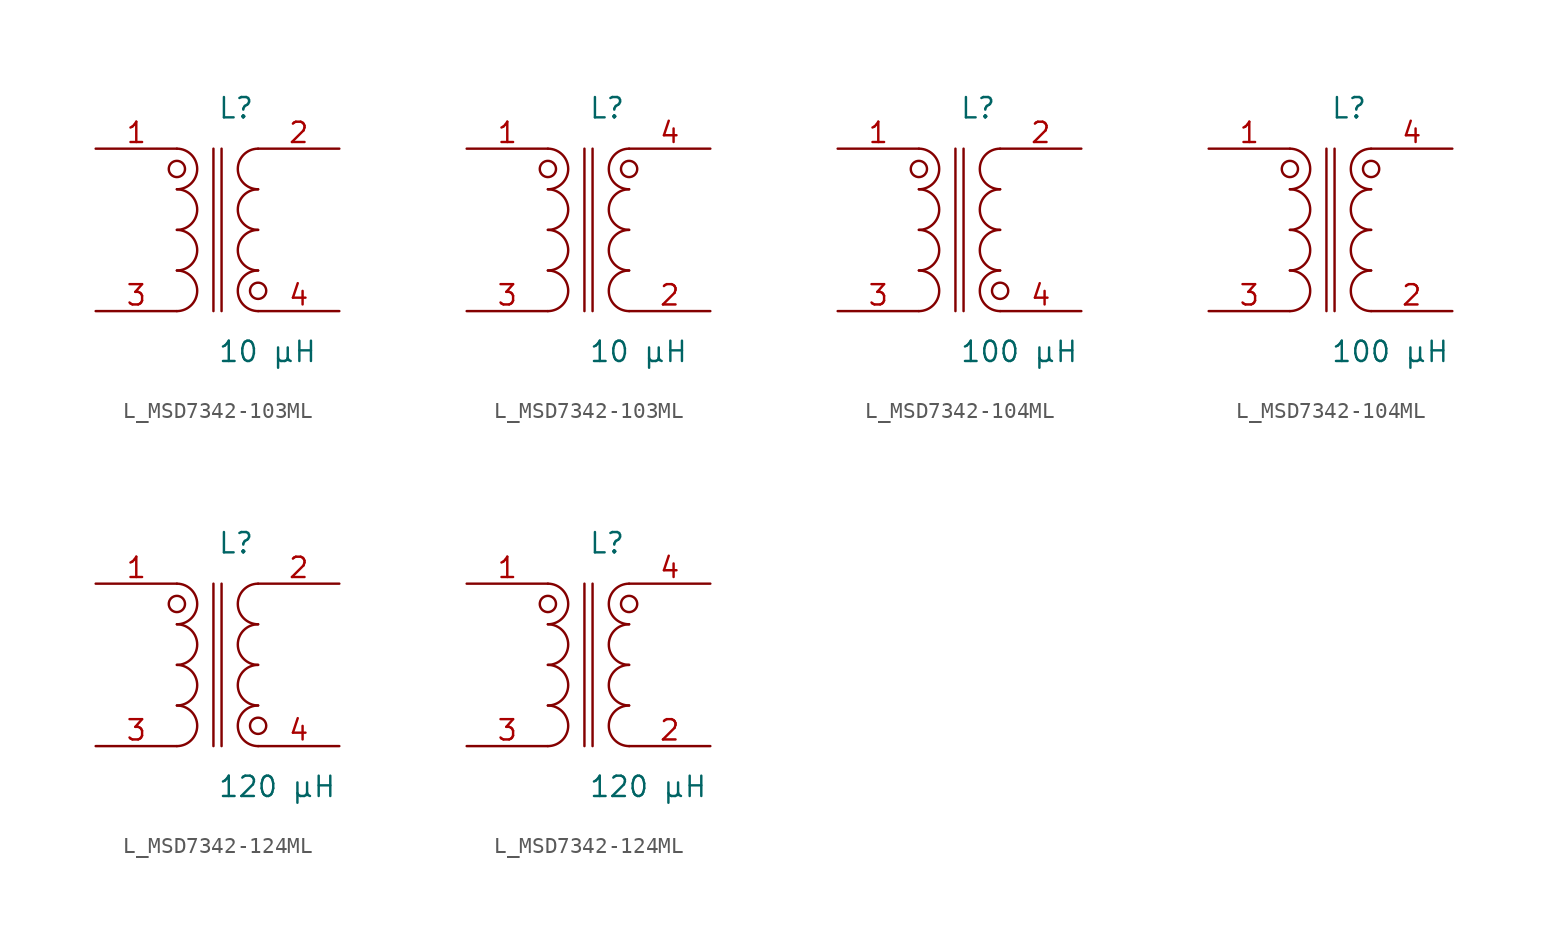
<source format=kicad_sym>
(kicad_symbol_lib
  (version 20231120)
  (generator kicad_symbol_editor)
  (generator_version 8.0)
  (symbol "L_MSD7342-103ML"
    (pin_names
      (offset 0.254))
    (property "Reference" "L"
      (at 0 7.62 0)
      (effects (font (size 1.27 1.27)) (justify left)))
    (property "Value" "10 µH"
      (at 0 -7.62 0)
      (effects (font (size 1.27 1.27)) (justify left)))
    (symbol "L_MSD7342-103ML_1_1"
      (arc (start -2.54 -5.08) (mid -1.27 -3.81) (end -2.54 -2.54) (stroke (width 0) (type default)) (fill (type none)))
      (arc (start -2.54 -2.54) (mid -1.27 -1.27) (end -2.54 0.0) (stroke (width 0) (type default)) (fill (type none)))
      (arc (start -2.54 0.0) (mid -1.27 1.27) (end -2.54 2.54) (stroke (width 0) (type default)) (fill (type none)))
      (arc (start -2.54 2.54) (mid -1.27 3.81) (end -2.54 5.08) (stroke (width 0) (type default)) (fill (type none)))
      (arc (start 2.54 -5.08) (mid 1.27 -3.81) (end 2.54 -2.54) (stroke (width 0) (type default)) (fill (type none)))
      (arc (start 2.54 -2.54) (mid 1.27 -1.27) (end 2.54 0.0) (stroke (width 0) (type default)) (fill (type none)))
      (arc (start 2.54 0.0) (mid 1.27 1.27) (end 2.54 2.54) (stroke (width 0) (type default)) (fill (type none)))
      (arc (start 2.54 2.54) (mid 1.27 3.81) (end 2.54 5.08) (stroke (width 0) (type default)) (fill (type none)))
      (circle (center -2.54 3.81) (radius 0.508) (stroke (width 0) (type default)) (fill (type none)))
      (circle (center 2.54 -3.81) (radius 0.508) (stroke (width 0) (type default)) (fill (type none)))
      (polyline (pts (xy -0.254 5.08) (xy -0.254 -5.08)) (stroke (width 0) (type default)) (fill (type none)))
      (polyline (pts (xy 0.254 5.08) (xy 0.254 -5.08)) (stroke (width 0) (type default)) (fill (type none)))
      (pin passive line (at -7.62 5.08 0) (length 5.08) (name "" (effects (font (size 1.27 1.27)))) (number "1" (effects (font (size 1.27 1.27)))))
      (pin passive line (at -7.62 -5.08 0) (length 5.08) (name "" (effects (font (size 1.27 1.27)))) (number "3" (effects (font (size 1.27 1.27)))))
      (pin passive line (at 7.62 5.08 180) (length 5.08) (name "" (effects (font (size 1.27 1.27)))) (number "2" (effects (font (size 1.27 1.27)))))
      (pin passive line (at 7.62 -5.08 180) (length 5.08) (name "" (effects (font (size 1.27 1.27)))) (number "4" (effects (font (size 1.27 1.27))))))
    (symbol "L_MSD7342-103ML_1_2"
      (arc (start -2.54 -5.08) (mid -1.27 -3.81) (end -2.54 -2.54) (stroke (width 0) (type default)) (fill (type none)))
      (arc (start -2.54 -2.54) (mid -1.27 -1.27) (end -2.54 0.0) (stroke (width 0) (type default)) (fill (type none)))
      (arc (start -2.54 0.0) (mid -1.27 1.27) (end -2.54 2.54) (stroke (width 0) (type default)) (fill (type none)))
      (arc (start -2.54 2.54) (mid -1.27 3.81) (end -2.54 5.08) (stroke (width 0) (type default)) (fill (type none)))
      (arc (start 2.54 -5.08) (mid 1.27 -3.81) (end 2.54 -2.54) (stroke (width 0) (type default)) (fill (type none)))
      (arc (start 2.54 -2.54) (mid 1.27 -1.27) (end 2.54 0.0) (stroke (width 0) (type default)) (fill (type none)))
      (arc (start 2.54 0.0) (mid 1.27 1.27) (end 2.54 2.54) (stroke (width 0) (type default)) (fill (type none)))
      (arc (start 2.54 2.54) (mid 1.27 3.81) (end 2.54 5.08) (stroke (width 0) (type default)) (fill (type none)))
      (circle (center -2.54 3.81) (radius 0.508) (stroke (width 0) (type default)) (fill (type none)))
      (circle (center 2.54 3.81) (radius 0.508) (stroke (width 0) (type default)) (fill (type none)))
      (polyline (pts (xy -0.254 5.08) (xy -0.254 -5.08)) (stroke (width 0) (type default)) (fill (type none)))
      (polyline (pts (xy 0.254 5.08) (xy 0.254 -5.08)) (stroke (width 0) (type default)) (fill (type none)))
      (pin passive line (at -7.62 5.08 0) (length 5.08) (name "" (effects (font (size 1.27 1.27)))) (number "1" (effects (font (size 1.27 1.27)))))
      (pin passive line (at -7.62 -5.08 0) (length 5.08) (name "" (effects (font (size 1.27 1.27)))) (number "3" (effects (font (size 1.27 1.27)))))
      (pin passive line (at 7.62 -5.08 180) (length 5.08) (name "" (effects (font (size 1.27 1.27)))) (number "2" (effects (font (size 1.27 1.27)))))
      (pin passive line (at 7.62 5.08 180) (length 5.08) (name "" (effects (font (size 1.27 1.27)))) (number "4" (effects (font (size 1.27 1.27)))))))
  (symbol "L_MSD7342-104ML"
    (pin_names
      (offset 0.254))
    (property "Reference" "L"
      (at 0 7.62 0)
      (effects (font (size 1.27 1.27)) (justify left)))
    (property "Value" "100 µH"
      (at 0 -7.62 0)
      (effects (font (size 1.27 1.27)) (justify left)))
    (symbol "L_MSD7342-104ML_1_1"
      (arc (start -2.54 -5.08) (mid -1.27 -3.81) (end -2.54 -2.54) (stroke (width 0) (type default)) (fill (type none)))
      (arc (start -2.54 -2.54) (mid -1.27 -1.27) (end -2.54 0.0) (stroke (width 0) (type default)) (fill (type none)))
      (arc (start -2.54 0.0) (mid -1.27 1.27) (end -2.54 2.54) (stroke (width 0) (type default)) (fill (type none)))
      (arc (start -2.54 2.54) (mid -1.27 3.81) (end -2.54 5.08) (stroke (width 0) (type default)) (fill (type none)))
      (arc (start 2.54 -5.08) (mid 1.27 -3.81) (end 2.54 -2.54) (stroke (width 0) (type default)) (fill (type none)))
      (arc (start 2.54 -2.54) (mid 1.27 -1.27) (end 2.54 0.0) (stroke (width 0) (type default)) (fill (type none)))
      (arc (start 2.54 0.0) (mid 1.27 1.27) (end 2.54 2.54) (stroke (width 0) (type default)) (fill (type none)))
      (arc (start 2.54 2.54) (mid 1.27 3.81) (end 2.54 5.08) (stroke (width 0) (type default)) (fill (type none)))
      (circle (center -2.54 3.81) (radius 0.508) (stroke (width 0) (type default)) (fill (type none)))
      (circle (center 2.54 -3.81) (radius 0.508) (stroke (width 0) (type default)) (fill (type none)))
      (polyline (pts (xy -0.254 5.08) (xy -0.254 -5.08)) (stroke (width 0) (type default)) (fill (type none)))
      (polyline (pts (xy 0.254 5.08) (xy 0.254 -5.08)) (stroke (width 0) (type default)) (fill (type none)))
      (pin passive line (at -7.62 5.08 0) (length 5.08) (name "" (effects (font (size 1.27 1.27)))) (number "1" (effects (font (size 1.27 1.27)))))
      (pin passive line (at -7.62 -5.08 0) (length 5.08) (name "" (effects (font (size 1.27 1.27)))) (number "3" (effects (font (size 1.27 1.27)))))
      (pin passive line (at 7.62 5.08 180) (length 5.08) (name "" (effects (font (size 1.27 1.27)))) (number "2" (effects (font (size 1.27 1.27)))))
      (pin passive line (at 7.62 -5.08 180) (length 5.08) (name "" (effects (font (size 1.27 1.27)))) (number "4" (effects (font (size 1.27 1.27))))))
    (symbol "L_MSD7342-104ML_1_2"
      (arc (start -2.54 -5.08) (mid -1.27 -3.81) (end -2.54 -2.54) (stroke (width 0) (type default)) (fill (type none)))
      (arc (start -2.54 -2.54) (mid -1.27 -1.27) (end -2.54 0.0) (stroke (width 0) (type default)) (fill (type none)))
      (arc (start -2.54 0.0) (mid -1.27 1.27) (end -2.54 2.54) (stroke (width 0) (type default)) (fill (type none)))
      (arc (start -2.54 2.54) (mid -1.27 3.81) (end -2.54 5.08) (stroke (width 0) (type default)) (fill (type none)))
      (arc (start 2.54 -5.08) (mid 1.27 -3.81) (end 2.54 -2.54) (stroke (width 0) (type default)) (fill (type none)))
      (arc (start 2.54 -2.54) (mid 1.27 -1.27) (end 2.54 0.0) (stroke (width 0) (type default)) (fill (type none)))
      (arc (start 2.54 0.0) (mid 1.27 1.27) (end 2.54 2.54) (stroke (width 0) (type default)) (fill (type none)))
      (arc (start 2.54 2.54) (mid 1.27 3.81) (end 2.54 5.08) (stroke (width 0) (type default)) (fill (type none)))
      (circle (center -2.54 3.81) (radius 0.508) (stroke (width 0) (type default)) (fill (type none)))
      (circle (center 2.54 3.81) (radius 0.508) (stroke (width 0) (type default)) (fill (type none)))
      (polyline (pts (xy -0.254 5.08) (xy -0.254 -5.08)) (stroke (width 0) (type default)) (fill (type none)))
      (polyline (pts (xy 0.254 5.08) (xy 0.254 -5.08)) (stroke (width 0) (type default)) (fill (type none)))
      (pin passive line (at -7.62 5.08 0) (length 5.08) (name "" (effects (font (size 1.27 1.27)))) (number "1" (effects (font (size 1.27 1.27)))))
      (pin passive line (at -7.62 -5.08 0) (length 5.08) (name "" (effects (font (size 1.27 1.27)))) (number "3" (effects (font (size 1.27 1.27)))))
      (pin passive line (at 7.62 -5.08 180) (length 5.08) (name "" (effects (font (size 1.27 1.27)))) (number "2" (effects (font (size 1.27 1.27)))))
      (pin passive line (at 7.62 5.08 180) (length 5.08) (name "" (effects (font (size 1.27 1.27)))) (number "4" (effects (font (size 1.27 1.27)))))))
  (symbol "L_MSD7342-124ML"
    (pin_names
      (offset 0.254))
    (property "Reference" "L"
      (at 0 7.62 0)
      (effects (font (size 1.27 1.27)) (justify left)))
    (property "Value" "120 µH"
      (at 0 -7.62 0)
      (effects (font (size 1.27 1.27)) (justify left)))
    (symbol "L_MSD7342-124ML_1_1"
      (arc (start -2.54 -5.08) (mid -1.27 -3.81) (end -2.54 -2.54) (stroke (width 0) (type default)) (fill (type none)))
      (arc (start -2.54 -2.54) (mid -1.27 -1.27) (end -2.54 0.0) (stroke (width 0) (type default)) (fill (type none)))
      (arc (start -2.54 0.0) (mid -1.27 1.27) (end -2.54 2.54) (stroke (width 0) (type default)) (fill (type none)))
      (arc (start -2.54 2.54) (mid -1.27 3.81) (end -2.54 5.08) (stroke (width 0) (type default)) (fill (type none)))
      (arc (start 2.54 -5.08) (mid 1.27 -3.81) (end 2.54 -2.54) (stroke (width 0) (type default)) (fill (type none)))
      (arc (start 2.54 -2.54) (mid 1.27 -1.27) (end 2.54 0.0) (stroke (width 0) (type default)) (fill (type none)))
      (arc (start 2.54 0.0) (mid 1.27 1.27) (end 2.54 2.54) (stroke (width 0) (type default)) (fill (type none)))
      (arc (start 2.54 2.54) (mid 1.27 3.81) (end 2.54 5.08) (stroke (width 0) (type default)) (fill (type none)))
      (circle (center -2.54 3.81) (radius 0.508) (stroke (width 0) (type default)) (fill (type none)))
      (circle (center 2.54 -3.81) (radius 0.508) (stroke (width 0) (type default)) (fill (type none)))
      (polyline (pts (xy -0.254 5.08) (xy -0.254 -5.08)) (stroke (width 0) (type default)) (fill (type none)))
      (polyline (pts (xy 0.254 5.08) (xy 0.254 -5.08)) (stroke (width 0) (type default)) (fill (type none)))
      (pin passive line (at -7.62 5.08 0) (length 5.08) (name "" (effects (font (size 1.27 1.27)))) (number "1" (effects (font (size 1.27 1.27)))))
      (pin passive line (at -7.62 -5.08 0) (length 5.08) (name "" (effects (font (size 1.27 1.27)))) (number "3" (effects (font (size 1.27 1.27)))))
      (pin passive line (at 7.62 5.08 180) (length 5.08) (name "" (effects (font (size 1.27 1.27)))) (number "2" (effects (font (size 1.27 1.27)))))
      (pin passive line (at 7.62 -5.08 180) (length 5.08) (name "" (effects (font (size 1.27 1.27)))) (number "4" (effects (font (size 1.27 1.27))))))
    (symbol "L_MSD7342-124ML_1_2"
      (arc (start -2.54 -5.08) (mid -1.27 -3.81) (end -2.54 -2.54) (stroke (width 0) (type default)) (fill (type none)))
      (arc (start -2.54 -2.54) (mid -1.27 -1.27) (end -2.54 0.0) (stroke (width 0) (type default)) (fill (type none)))
      (arc (start -2.54 0.0) (mid -1.27 1.27) (end -2.54 2.54) (stroke (width 0) (type default)) (fill (type none)))
      (arc (start -2.54 2.54) (mid -1.27 3.81) (end -2.54 5.08) (stroke (width 0) (type default)) (fill (type none)))
      (arc (start 2.54 -5.08) (mid 1.27 -3.81) (end 2.54 -2.54) (stroke (width 0) (type default)) (fill (type none)))
      (arc (start 2.54 -2.54) (mid 1.27 -1.27) (end 2.54 0.0) (stroke (width 0) (type default)) (fill (type none)))
      (arc (start 2.54 0.0) (mid 1.27 1.27) (end 2.54 2.54) (stroke (width 0) (type default)) (fill (type none)))
      (arc (start 2.54 2.54) (mid 1.27 3.81) (end 2.54 5.08) (stroke (width 0) (type default)) (fill (type none)))
      (circle (center -2.54 3.81) (radius 0.508) (stroke (width 0) (type default)) (fill (type none)))
      (circle (center 2.54 3.81) (radius 0.508) (stroke (width 0) (type default)) (fill (type none)))
      (polyline (pts (xy -0.254 5.08) (xy -0.254 -5.08)) (stroke (width 0) (type default)) (fill (type none)))
      (polyline (pts (xy 0.254 5.08) (xy 0.254 -5.08)) (stroke (width 0) (type default)) (fill (type none)))
      (pin passive line (at -7.62 5.08 0) (length 5.08) (name "" (effects (font (size 1.27 1.27)))) (number "1" (effects (font (size 1.27 1.27)))))
      (pin passive line (at -7.62 -5.08 0) (length 5.08) (name "" (effects (font (size 1.27 1.27)))) (number "3" (effects (font (size 1.27 1.27)))))
      (pin passive line (at 7.62 -5.08 180) (length 5.08) (name "" (effects (font (size 1.27 1.27)))) (number "2" (effects (font (size 1.27 1.27)))))
      (pin passive line (at 7.62 5.08 180) (length 5.08) (name "" (effects (font (size 1.27 1.27)))) (number "4" (effects (font (size 1.27 1.27))))))))
</source>
